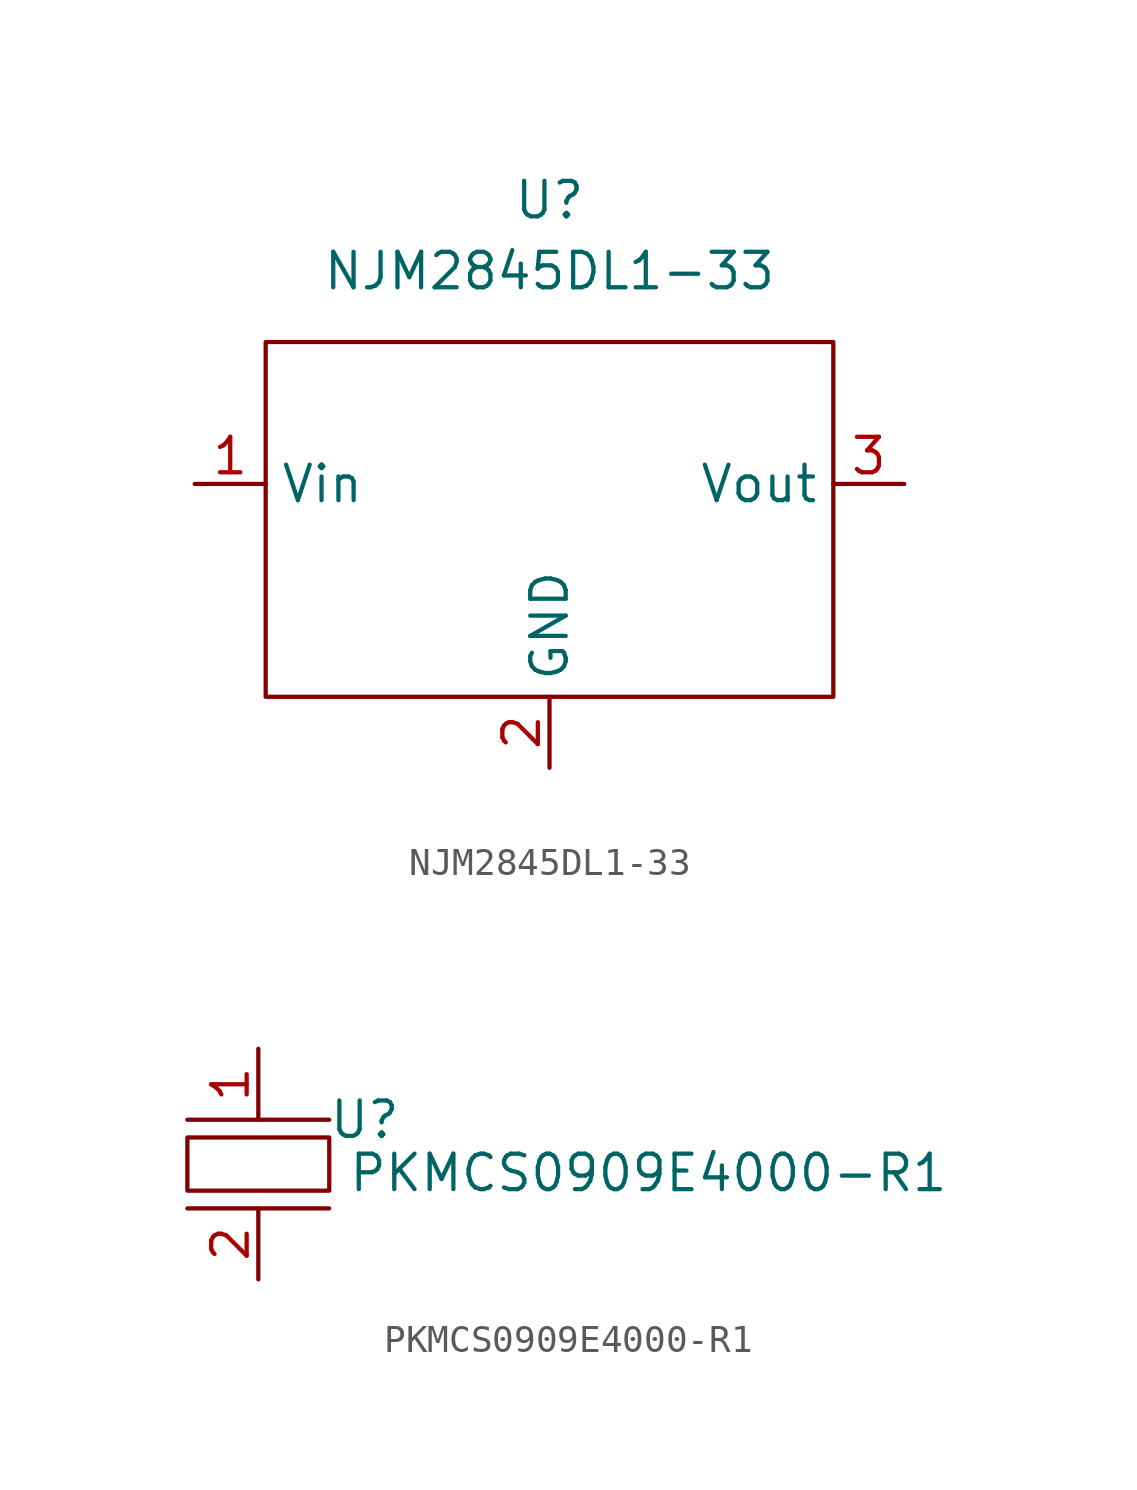
<source format=kicad_sym>
(kicad_symbol_lib
  (version 20220914)
  (generator kicad_symbol_editor)
  (symbol "NJM2845DL1-33"
    (property "Reference" "U"
      (at 0 10.16 0)
      (effects (font (size 1.27 1.27))))
    (property "Value" "NJM2845DL1-33"
      (at 0 7.62 0)
      (effects (font (size 1.27 1.27))))
    (symbol "NJM2845DL1-33_0_1"
      (rectangle (start -10.16 5.08) (end 10.16 -7.62) (stroke (width 0) (type default)) (fill (type none))))
    (symbol "NJM2845DL1-33_1_1"
      (pin power_in line (at -12.7 0 0) (length 2.54) (name "Vin" (effects (font (size 1.27 1.27)))) (number "1" (effects (font (size 1.27 1.27)))))
      (pin power_in line (at 0 -10.16 90) (length 2.54) (name "GND" (effects (font (size 1.27 1.27)))) (number "2" (effects (font (size 1.27 1.27)))))
      (pin power_out line (at 12.7 0 180) (length 2.54) (name "Vout" (effects (font (size 1.27 1.27)))) (number "3" (effects (font (size 1.27 1.27)))))))
  (symbol "PKMCS0909E4000-R1"
    (property "Reference" "U"
      (at 3.81 1.27 0)
      (effects (font (size 1.27 1.27))))
    (property "Value" "PKMCS0909E4000-R1"
      (at 13.97 -0.635 0)
      (effects (font (size 1.27 1.27))))
    (symbol "PKMCS0909E4000-R1_0_1"
      (rectangle (start -2.54 0.635) (end 2.54 -1.27) (stroke (width 0) (type default)) (fill (type none)))
      (polyline (pts (xy -2.54 -1.905) (xy 2.54 -1.905)) (stroke (width 0) (type default)) (fill (type none)))
      (polyline (pts (xy -2.54 1.27) (xy 2.54 1.27)) (stroke (width 0) (type default)) (fill (type none))))
    (symbol "PKMCS0909E4000-R1_1_1"
      (pin passive line (at 0 3.81 270) (length 2.54) (name "" (effects (font (size 1.27 1.27)))) (number "1" (effects (font (size 1.27 1.27)))))
      (pin passive line (at 0 -4.445 90) (length 2.54) (name "" (effects (font (size 1.27 1.27)))) (number "2" (effects (font (size 1.27 1.27))))))))
</source>
